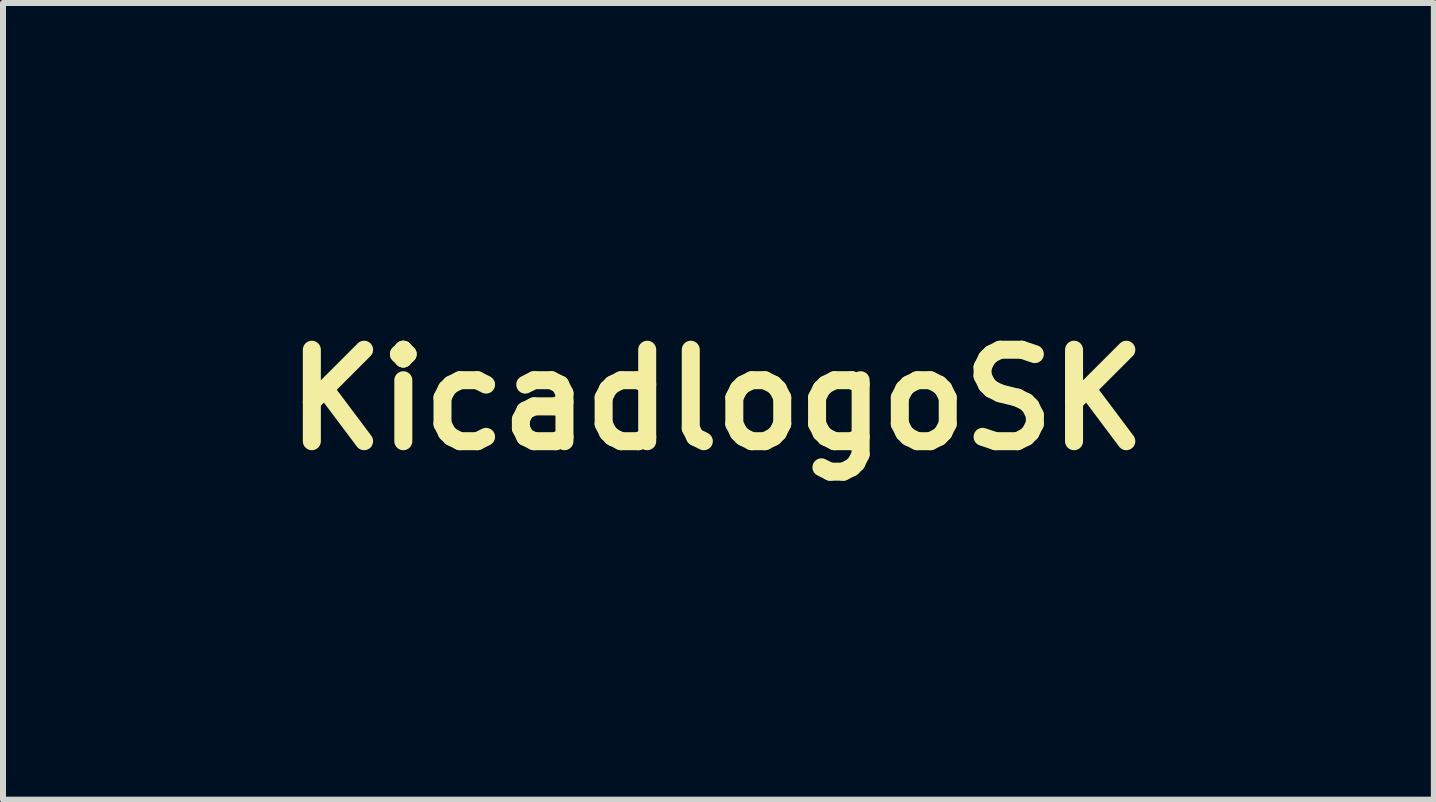
<source format=kicad_pcb>
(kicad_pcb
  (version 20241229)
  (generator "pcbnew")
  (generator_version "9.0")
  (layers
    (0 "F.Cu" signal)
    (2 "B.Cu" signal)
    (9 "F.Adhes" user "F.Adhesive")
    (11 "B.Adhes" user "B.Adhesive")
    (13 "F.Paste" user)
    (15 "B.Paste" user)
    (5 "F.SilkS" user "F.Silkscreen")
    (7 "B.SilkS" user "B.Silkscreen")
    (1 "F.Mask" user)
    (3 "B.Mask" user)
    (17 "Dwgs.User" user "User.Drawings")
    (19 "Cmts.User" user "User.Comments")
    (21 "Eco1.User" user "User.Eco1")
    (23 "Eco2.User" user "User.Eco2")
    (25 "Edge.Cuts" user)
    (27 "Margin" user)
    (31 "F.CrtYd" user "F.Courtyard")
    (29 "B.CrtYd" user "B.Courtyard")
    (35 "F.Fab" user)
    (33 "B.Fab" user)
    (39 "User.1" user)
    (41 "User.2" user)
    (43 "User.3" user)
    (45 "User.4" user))
  (footprint "KicadlogoSK"
    (layer "F.Cu")
    (at 8.895 3.612)
    (property "Reference" "KicadlogoSK" (at 0 0 0) (layer "F.SilkS") (effects (font (size 1.524 1.524) (thickness 0.3))))
    (attr through_hole)
    (fp_poly (pts (xy 3.688 1.2) (xy 3.762 1.231) (xy 3.799 1.294) (xy 3.81 1.421) (xy 3.81 1.475) (xy 3.801 1.68) (xy 3.767 1.813) (xy 3.694 1.901) (xy 3.603 1.958) (xy 3.385 2.027) (xy 3.173 2.017) (xy 2.996 1.932) (xy 2.969 1.907) (xy 2.865 1.745) (xy 2.855 1.575) (xy 2.935 1.419) (xy 3.088 1.303) (xy 3.301 1.224) (xy 3.521 1.188) (xy 3.688 1.2)) (stroke (width 0.01) (type solid)) (fill no) (layer "Eco2.User"))
    (fp_poly (pts (xy 7.156 0.049) (xy 7.269 0.084) (xy 7.351 0.125) (xy 7.407 0.187) (xy 7.441 0.287) (xy 7.459 0.439) (xy 7.466 0.66) (xy 7.468 0.966) (xy 7.468 0.999) (xy 7.468 1.783) (xy 7.252 1.881) (xy 7.044 1.957) (xy 6.879 1.97) (xy 6.723 1.921) (xy 6.721 1.92) (xy 6.584 1.806) (xy 6.491 1.612) (xy 6.44 1.334) (xy 6.429 1.041) (xy 6.455 0.668) (xy 6.529 0.377) (xy 6.648 0.171) (xy 6.812 0.052) (xy 7.017 0.023) (xy 7.156 0.049)) (stroke (width 0.01) (type solid)) (fill no) (layer "Eco2.User"))
    (fp_poly (pts (xy -2.529 0.927) (xy -2.524 1.328) (xy -2.517 1.7) (xy -2.509 2.028) (xy -2.499 2.3) (xy -2.488 2.504) (xy -2.477 2.626) (xy -2.471 2.654) (xy -2.461 2.69) (xy -2.48 2.715) (xy -2.543 2.73) (xy -2.665 2.739) (xy -2.861 2.742) (xy -3.116 2.743) (xy -3.804 2.743) (xy -3.731 2.603) (xy -3.707 2.506) (xy -3.688 2.323) (xy -3.672 2.071) (xy -3.661 1.768) (xy -3.654 1.429) (xy -3.651 1.071) (xy -3.653 0.711) (xy -3.658 0.364) (xy -3.668 0.048) (xy -3.682 -0.221) (xy -3.701 -0.426) (xy -3.723 -0.552) (xy -3.731 -0.572) (xy -3.804 -0.711) (xy -2.543 -0.711) (xy -2.529 0.927)) (stroke (width 0.01) (type solid)) (fill no) (layer "Eco2.User"))
    (fp_poly (pts (xy -6.68 -1.778) (xy -6.714 -1.69) (xy -6.735 -1.568) (xy -6.746 -1.394) (xy -6.748 -1.15) (xy -6.745 -0.933) (xy -6.731 -0.24) (xy -6.299 -0.791) (xy -6.073 -1.081) (xy -5.903 -1.304) (xy -5.781 -1.472) (xy -5.699 -1.596) (xy -5.651 -1.689) (xy -5.627 -1.761) (xy -5.62 -1.809) (xy -5.613 -1.93) (xy -4.832 -1.93) (xy -4.05 -1.93) (xy -4.184 -1.825) (xy -4.273 -1.741) (xy -4.403 -1.597) (xy -4.567 -1.406) (xy -4.753 -1.182) (xy -4.952 -0.935) (xy -5.154 -0.68) (xy -5.348 -0.43) (xy -5.525 -0.195) (xy -5.675 0.009) (xy -5.787 0.171) (xy -5.852 0.278) (xy -5.863 0.315) (xy -5.807 0.4) (xy -5.7 0.552) (xy -5.554 0.755) (xy -5.378 0.995) (xy -5.185 1.259) (xy -4.983 1.531) (xy -4.785 1.798) (xy -4.6 2.045) (xy -4.439 2.258) (xy -4.312 2.422) (xy -4.231 2.523) (xy -4.216 2.541) (xy -4.124 2.643) (xy -4.07 2.712) (xy -4.064 2.723) (xy -4.112 2.73) (xy -4.244 2.736) (xy -4.443 2.74) (xy -4.691 2.743) (xy -4.842 2.743) (xy -5.619 2.743) (xy -5.667 2.537) (xy -5.723 2.398) (xy -5.842 2.19) (xy -6.019 1.92) (xy -6.223 1.63) (xy -6.731 0.93) (xy -6.745 1.657) (xy -6.748 1.982) (xy -6.742 2.223) (xy -6.727 2.397) (xy -6.7 2.521) (xy -6.684 2.564) (xy -6.609 2.743) (xy -8.071 2.743) (xy -7.998 2.603) (xy -7.977 2.513) (xy -7.96 2.335) (xy -7.945 2.084) (xy -7.933 1.773) (xy -7.925 1.414) (xy -7.919 1.023) (xy -7.916 0.611) (xy -7.917 0.192) (xy -7.92 -0.22) (xy -7.926 -0.613) (xy -7.935 -0.972) (xy -7.947 -1.285) (xy -7.962 -1.538) (xy -7.98 -1.718) (xy -8.001 -1.812) (xy -8.004 -1.817) (xy -8.083 -1.93) (xy -7.342 -1.93) (xy -6.601 -1.93) (xy -6.68 -1.778)) (stroke (width 0.01) (type solid)) (fill no) (layer "Eco2.User"))
    (fp_poly (pts (xy 8.941 3.658) (xy -8.89 3.658) (xy -8.89 0.223) (xy -8.489 0.223) (xy -8.488 0.705) (xy -8.486 1.178) (xy -8.483 1.632) (xy -8.478 2.055) (xy -8.471 2.436) (xy -8.463 2.765) (xy -8.453 3.031) (xy -8.442 3.221) (xy -8.429 3.326) (xy -8.423 3.343) (xy -8.36 3.356) (xy -8.206 3.368) (xy -7.972 3.378) (xy -7.669 3.387) (xy -7.307 3.394) (xy -6.897 3.4) (xy -6.45 3.404) (xy -5.976 3.407) (xy -5.487 3.409) (xy -4.993 3.408) (xy -4.504 3.407) (xy -4.032 3.404) (xy -3.588 3.399) (xy -3.181 3.394) (xy -2.823 3.386) (xy -2.524 3.377) (xy -2.296 3.367) (xy -2.148 3.355) (xy -2.093 3.343) (xy -2.079 3.303) (xy -2.068 3.211) (xy -2.058 3.059) (xy -2.05 2.843) (xy -2.043 2.557) (xy -2.038 2.194) (xy -2.035 1.748) (xy -2.033 1.215) (xy -2.032 0.588) (xy -2.032 0.471) (xy -1.674 0.471) (xy -1.664 0.779) (xy -1.637 1.038) (xy -1.623 1.112) (xy -1.489 1.504) (xy -1.281 1.877) (xy -1.017 2.206) (xy -0.713 2.467) (xy -0.617 2.528) (xy -0.24 2.692) (xy 0.184 2.776) (xy 0.636 2.775) (xy 0.869 2.743) (xy 1.06 2.692) (xy 1.287 2.61) (xy 1.483 2.523) (xy 1.824 2.354) (xy 1.567 1.938) (xy 1.359 1.601) (xy 1.845 1.601) (xy 1.865 1.893) (xy 1.946 2.16) (xy 1.978 2.222) (xy 2.162 2.452) (xy 2.414 2.638) (xy 2.649 2.739) (xy 2.894 2.775) (xy 3.178 2.759) (xy 3.453 2.696) (xy 3.641 2.614) (xy 3.77 2.54) (xy 3.836 2.516) (xy 3.858 2.54) (xy 3.861 2.589) (xy 3.867 2.634) (xy 3.897 2.664) (xy 3.968 2.681) (xy 4.098 2.69) (xy 4.304 2.692) (xy 4.418 2.692) (xy 4.976 2.692) (xy 4.926 2.562) (xy 4.911 2.473) (xy 4.898 2.3) (xy 4.887 2.06) (xy 4.879 1.771) (xy 4.876 1.451) (xy 4.876 1.381) (xy 4.874 1.185) (xy 5.306 1.185) (xy 5.353 1.614) (xy 5.469 1.987) (xy 5.649 2.299) (xy 5.892 2.541) (xy 6.192 2.707) (xy 6.325 2.749) (xy 6.585 2.778) (xy 6.875 2.748) (xy 7.15 2.667) (xy 7.247 2.62) (xy 7.396 2.537) (xy 7.478 2.501) (xy 7.511 2.509) (xy 7.518 2.559) (xy 7.518 2.591) (xy 7.525 2.635) (xy 7.556 2.664) (xy 7.629 2.681) (xy 7.761 2.69) (xy 7.971 2.692) (xy 8.079 2.692) (xy 8.323 2.692) (xy 8.481 2.687) (xy 8.569 2.675) (xy 8.603 2.654) (xy 8.599 2.619) (xy 8.587 2.594) (xy 8.573 2.516) (xy 8.561 2.339) (xy 8.551 2.065) (xy 8.544 1.697) (xy 8.538 1.239) (xy 8.535 0.691) (xy 8.534 0.159) (xy 8.534 -2.178) (xy 7.935 -2.194) (xy 7.336 -2.21) (xy 7.399 -2.032) (xy 7.418 -1.936) (xy 7.435 -1.772) (xy 7.45 -1.561) (xy 7.461 -1.325) (xy 7.468 -1.085) (xy 7.47 -0.862) (xy 7.468 -0.678) (xy 7.459 -0.552) (xy 7.445 -0.508) (xy 7.391 -0.531) (xy 7.284 -0.59) (xy 7.245 -0.613) (xy 7.023 -0.701) (xy 6.751 -0.747) (xy 6.476 -0.745) (xy 6.32 -0.717) (xy 6.007 -0.582) (xy 5.749 -0.364) (xy 5.549 -0.063) (xy 5.406 0.318) (xy 5.331 0.71) (xy 5.306 1.185) (xy 4.874 1.185) (xy 4.873 1.048) (xy 4.865 0.735) (xy 4.854 0.463) (xy 4.841 0.249) (xy 4.825 0.114) (xy 4.822 0.102) (xy 4.706 -0.209) (xy 4.517 -0.45) (xy 4.257 -0.622) (xy 3.927 -0.723) (xy 3.53 -0.754) (xy 3.067 -0.712) (xy 2.787 -0.659) (xy 2.57 -0.609) (xy 2.392 -0.567) (xy 2.275 -0.538) (xy 2.241 -0.526) (xy 2.25 -0.476) (xy 2.29 -0.356) (xy 2.353 -0.192) (xy 2.365 -0.163) (xy 2.509 0.186) (xy 2.766 0.087) (xy 2.978 0.026) (xy 3.21 -0.013) (xy 3.294 -0.018) (xy 3.462 -0.016) (xy 3.569 0.013) (xy 3.654 0.08) (xy 3.687 0.117) (xy 3.77 0.246) (xy 3.81 0.372) (xy 3.81 0.384) (xy 3.805 0.448) (xy 3.774 0.485) (xy 3.697 0.502) (xy 3.552 0.508) (xy 3.44 0.508) (xy 2.986 0.54) (xy 2.599 0.636) (xy 2.283 0.792) (xy 2.045 1.007) (xy 1.99 1.082) (xy 1.887 1.318) (xy 1.845 1.601) (xy 1.359 1.601) (xy 1.311 1.522) (xy 1.142 1.67) (xy 0.88 1.841) (xy 0.601 1.919) (xy 0.322 1.905) (xy 0.058 1.804) (xy -0.176 1.618) (xy -0.34 1.393) (xy -0.435 1.164) (xy -0.504 0.871) (xy -0.542 0.55) (xy -0.544 0.237) (xy -0.538 0.165) (xy -0.467 -0.242) (xy -0.347 -0.583) (xy -0.182 -0.847) (xy 0.023 -1.025) (xy 0.058 -1.045) (xy 0.274 -1.113) (xy 0.522 -1.125) (xy 0.769 -1.085) (xy 0.984 -0.999) (xy 1.115 -0.892) (xy 1.19 -0.841) (xy 1.247 -0.866) (xy 1.304 -0.931) (xy 1.39 -1.048) (xy 1.49 -1.194) (xy 1.588 -1.345) (xy 1.668 -1.477) (xy 1.716 -1.567) (xy 1.721 -1.592) (xy 1.669 -1.618) (xy 1.548 -1.676) (xy 1.38 -1.754) (xy 1.321 -1.781) (xy 1.14 -1.86) (xy 0.995 -1.911) (xy 0.853 -1.94) (xy 0.679 -1.953) (xy 0.441 -1.956) (xy 0.406 -1.956) (xy 0.152 -1.953) (xy -0.031 -1.941) (xy -0.174 -1.914) (xy -0.308 -1.868) (xy -0.419 -1.819) (xy -0.801 -1.585) (xy -1.128 -1.274) (xy -1.388 -0.901) (xy -1.57 -0.48) (xy -1.599 -0.379) (xy -1.64 -0.145) (xy -1.665 0.15) (xy -1.674 0.471) (xy -2.032 0.471) (xy -2.032 0.35) (xy -2.033 -0.189) (xy -2.034 -0.698) (xy -2.036 -1.168) (xy -2.04 -1.591) (xy -2.043 -1.957) (xy -2.048 -2.256) (xy -2.053 -2.48) (xy -2.058 -2.619) (xy -2.063 -2.663) (xy -2.141 -2.726) (xy -2.285 -2.743) (xy -2.407 -2.737) (xy -2.467 -2.698) (xy -2.495 -2.599) (xy -2.504 -2.535) (xy -2.58 -2.307) (xy -2.728 -2.137) (xy -2.929 -2.036) (xy -3.164 -2.017) (xy -3.273 -2.038) (xy -3.465 -2.134) (xy -3.615 -2.292) (xy -3.699 -2.482) (xy -3.708 -2.569) (xy -3.708 -2.743) (xy -6.035 -2.743) (xy -6.622 -2.742) (xy -7.113 -2.74) (xy -7.516 -2.736) (xy -7.836 -2.731) (xy -8.079 -2.723) (xy -8.254 -2.713) (xy -8.364 -2.701) (xy -8.418 -2.686) (xy -8.423 -2.682) (xy -8.436 -2.619) (xy -8.448 -2.465) (xy -8.459 -2.232) (xy -8.467 -1.93) (xy -8.475 -1.57) (xy -8.481 -1.164) (xy -8.485 -0.723) (xy -8.487 -0.257) (xy -8.489 0.223) (xy -8.89 0.223) (xy -8.89 -3.607) (xy 8.941 -3.607) (xy 8.941 3.658)) (stroke (width 0.01) (type solid)) (fill no) (layer "Eco2.User")))
  (gr_rect
    (start -3 -3)
    (end 20.841 10.274)
    (stroke (width 0.1) (type default))
    (fill no)
    (layer "Edge.Cuts")))
</source>
